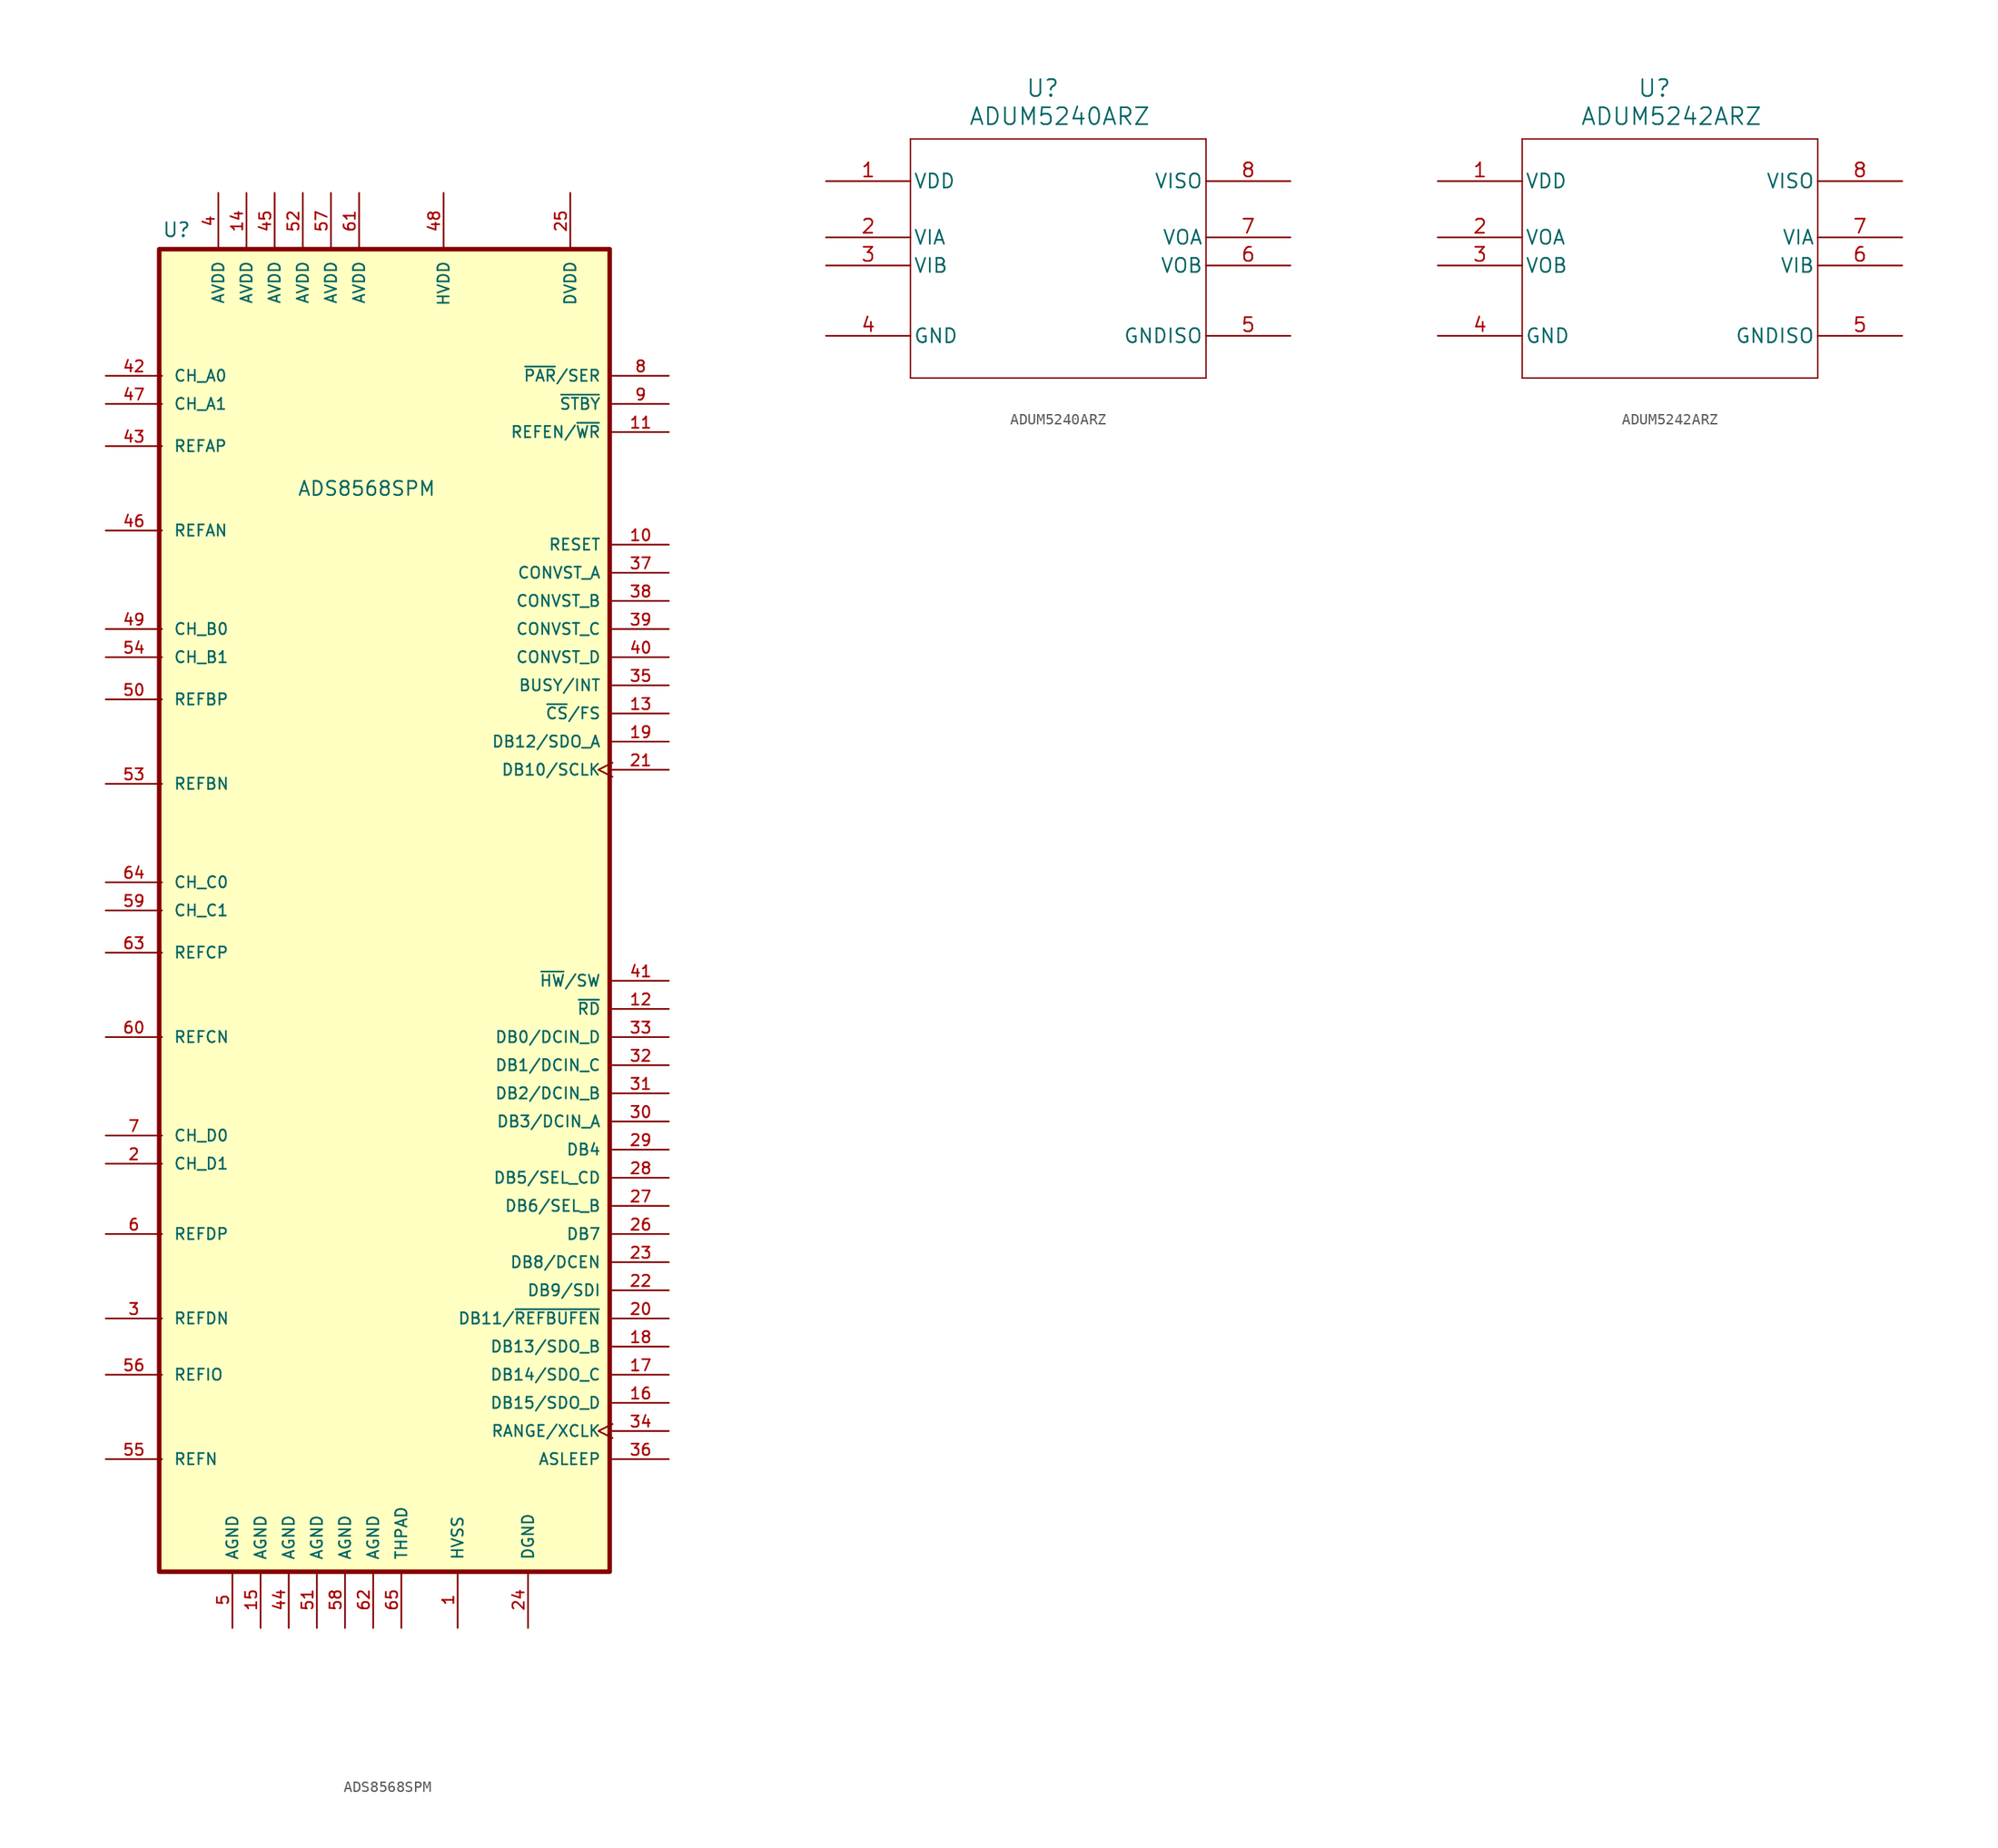
<source format=kicad_sym>
(kicad_symbol_lib
  (version 20241209)
  (generator "kicad_symbol_editor")
  (generator_version "9.0")
  (symbol "ADS8568SPM"
    (pin_names
      (offset 1.016))
    (property "Reference" "U"
      (at -20.32 67.04 0)
      (effects (font (size 1.27 1.27)) (justify left bottom)))
    (property "Value" "ADS8568SPM"
      (at -8.128 43.688 0)
      (effects (font (size 1.27 1.27)) (justify left bottom)))
    (symbol "ADS8568SPM_0_0"
      (rectangle (start -20.574 66.04) (end 20.066 -53.34) (stroke (width 0.41) (type default)) (fill (type background)))
      (pin input line (at -25.4 54.61 0) (length 5.08) (name "CH_A0" (effects (font (size 1.016 1.016)))) (number "42" (effects (font (size 1.016 1.016)))))
      (pin input line (at -25.4 52.07 0) (length 5.08) (name "CH_A1" (effects (font (size 1.016 1.016)))) (number "47" (effects (font (size 1.016 1.016)))))
      (pin input line (at -25.4 48.26 0) (length 5.08) (name "REFAP" (effects (font (size 1.016 1.016)))) (number "43" (effects (font (size 1.016 1.016)))))
      (pin input line (at -25.4 40.64 0) (length 5.08) (name "REFAN" (effects (font (size 1.016 1.016)))) (number "46" (effects (font (size 1.016 1.016)))))
      (pin input line (at -25.4 31.75 0) (length 5.08) (name "CH_B0" (effects (font (size 1.016 1.016)))) (number "49" (effects (font (size 1.016 1.016)))))
      (pin input line (at -25.4 29.21 0) (length 5.08) (name "CH_B1" (effects (font (size 1.016 1.016)))) (number "54" (effects (font (size 1.016 1.016)))))
      (pin input line (at -25.4 25.4 0) (length 5.08) (name "REFBP" (effects (font (size 1.016 1.016)))) (number "50" (effects (font (size 1.016 1.016)))))
      (pin input line (at -25.4 17.78 0) (length 5.08) (name "REFBN" (effects (font (size 1.016 1.016)))) (number "53" (effects (font (size 1.016 1.016)))))
      (pin input line (at -25.4 8.89 0) (length 5.08) (name "CH_C0" (effects (font (size 1.016 1.016)))) (number "64" (effects (font (size 1.016 1.016)))))
      (pin input line (at -25.4 6.35 0) (length 5.08) (name "CH_C1" (effects (font (size 1.016 1.016)))) (number "59" (effects (font (size 1.016 1.016)))))
      (pin input line (at -25.4 2.54 0) (length 5.08) (name "REFCP" (effects (font (size 1.016 1.016)))) (number "63" (effects (font (size 1.016 1.016)))))
      (pin input line (at -25.4 -5.08 0) (length 5.08) (name "REFCN" (effects (font (size 1.016 1.016)))) (number "60" (effects (font (size 1.016 1.016)))))
      (pin input line (at -25.4 -13.97 0) (length 5.08) (name "CH_D0" (effects (font (size 1.016 1.016)))) (number "7" (effects (font (size 1.016 1.016)))))
      (pin input line (at -25.4 -16.51 0) (length 5.08) (name "CH_D1" (effects (font (size 1.016 1.016)))) (number "2" (effects (font (size 1.016 1.016)))))
      (pin input line (at -25.4 -22.86 0) (length 5.08) (name "REFDP" (effects (font (size 1.016 1.016)))) (number "6" (effects (font (size 1.016 1.016)))))
      (pin input line (at -25.4 -30.48 0) (length 5.08) (name "REFDN" (effects (font (size 1.016 1.016)))) (number "3" (effects (font (size 1.016 1.016)))))
      (pin input line (at -25.4 -35.56 0) (length 5.08) (name "REFIO" (effects (font (size 1.016 1.016)))) (number "56" (effects (font (size 1.016 1.016)))))
      (pin input line (at -25.4 -43.18 0) (length 5.08) (name "REFN" (effects (font (size 1.016 1.016)))) (number "55" (effects (font (size 1.016 1.016)))))
      (pin power_in line (at -15.24 71.12 270) (length 5.08) (name "AVDD" (effects (font (size 1.016 1.016)))) (number "4" (effects (font (size 1.016 1.016)))))
      (pin power_in line (at -13.97 -58.42 90) (length 5.08) (name "AGND" (effects (font (size 1.016 1.016)))) (number "5" (effects (font (size 1.016 1.016)))))
      (pin power_in line (at 5.08 71.12 270) (length 5.08) (name "HVDD" (effects (font (size 1.016 1.016)))) (number "48" (effects (font (size 1.016 1.016)))))
      (pin power_in line (at 6.35 -58.42 90) (length 5.08) (name "HVSS" (effects (font (size 1.016 1.016)))) (number "1" (effects (font (size 1.016 1.016)))))
      (pin power_in line (at 12.7 -58.42 90) (length 5.08) (name "DGND" (effects (font (size 1.016 1.016)))) (number "24" (effects (font (size 1.016 1.016)))))
      (pin power_in line (at 16.51 71.12 270) (length 5.08) (name "DVDD" (effects (font (size 1.016 1.016)))) (number "25" (effects (font (size 1.016 1.016)))))
      (pin input line (at 25.4 54.61 180) (length 5.08) (name "~{PAR}/SER" (effects (font (size 1.016 1.016)))) (number "8" (effects (font (size 1.016 1.016)))))
      (pin input line (at 25.4 52.07 180) (length 5.08) (name "~{STBY}" (effects (font (size 1.016 1.016)))) (number "9" (effects (font (size 1.016 1.016)))))
      (pin input line (at 25.4 49.53 180) (length 5.08) (name "REFEN/~{WR}" (effects (font (size 1.016 1.016)))) (number "11" (effects (font (size 1.016 1.016)))))
      (pin input line (at 25.4 39.37 180) (length 5.08) (name "RESET" (effects (font (size 1.016 1.016)))) (number "10" (effects (font (size 1.016 1.016)))))
      (pin input line (at 25.4 34.29 180) (length 5.08) (name "CONVST_B" (effects (font (size 1.016 1.016)))) (number "38" (effects (font (size 1.016 1.016)))))
      (pin input line (at 25.4 31.75 180) (length 5.08) (name "CONVST_C" (effects (font (size 1.016 1.016)))) (number "39" (effects (font (size 1.016 1.016)))))
      (pin input line (at 25.4 29.21 180) (length 5.08) (name "CONVST_D" (effects (font (size 1.016 1.016)))) (number "40" (effects (font (size 1.016 1.016)))))
      (pin output line (at 25.4 26.67 180) (length 5.08) (name "BUSY/INT" (effects (font (size 1.016 1.016)))) (number "35" (effects (font (size 1.016 1.016)))))
      (pin input line (at 25.4 24.13 180) (length 5.08) (name "~{CS}/FS" (effects (font (size 1.016 1.016)))) (number "13" (effects (font (size 1.016 1.016)))))
      (pin bidirectional line (at 25.4 21.59 180) (length 5.08) (name "DB12/SDO_A" (effects (font (size 1.016 1.016)))) (number "19" (effects (font (size 1.016 1.016)))))
      (pin bidirectional clock (at 25.4 19.05 180) (length 5.08) (name "DB10/SCLK" (effects (font (size 1.016 1.016)))) (number "21" (effects (font (size 1.016 1.016)))))
      (pin input line (at 25.4 0 180) (length 5.08) (name "~{HW}/SW" (effects (font (size 1.016 1.016)))) (number "41" (effects (font (size 1.016 1.016)))))
      (pin input line (at 25.4 -2.54 180) (length 5.08) (name "~{RD}" (effects (font (size 1.016 1.016)))) (number "12" (effects (font (size 1.016 1.016)))))
      (pin input line (at 25.4 -5.08 180) (length 5.08) (name "DB0/DCIN_D" (effects (font (size 1.016 1.016)))) (number "33" (effects (font (size 1.016 1.016)))))
      (pin input line (at 25.4 -7.62 180) (length 5.08) (name "DB1/DCIN_C" (effects (font (size 1.016 1.016)))) (number "32" (effects (font (size 1.016 1.016)))))
      (pin input line (at 25.4 -10.16 180) (length 5.08) (name "DB2/DCIN_B" (effects (font (size 1.016 1.016)))) (number "31" (effects (font (size 1.016 1.016)))))
      (pin input line (at 25.4 -12.7 180) (length 5.08) (name "DB3/DCIN_A" (effects (font (size 1.016 1.016)))) (number "30" (effects (font (size 1.016 1.016)))))
      (pin bidirectional line (at 25.4 -15.24 180) (length 5.08) (name "DB4" (effects (font (size 1.016 1.016)))) (number "29" (effects (font (size 1.016 1.016)))))
      (pin bidirectional line (at 25.4 -17.78 180) (length 5.08) (name "DB5/SEL_CD" (effects (font (size 1.016 1.016)))) (number "28" (effects (font (size 1.016 1.016)))))
      (pin bidirectional line (at 25.4 -20.32 180) (length 5.08) (name "DB6/SEL_B" (effects (font (size 1.016 1.016)))) (number "27" (effects (font (size 1.016 1.016)))))
      (pin bidirectional line (at 25.4 -22.86 180) (length 5.08) (name "DB7" (effects (font (size 1.016 1.016)))) (number "26" (effects (font (size 1.016 1.016)))))
      (pin bidirectional line (at 25.4 -25.4 180) (length 5.08) (name "DB8/DCEN" (effects (font (size 1.016 1.016)))) (number "23" (effects (font (size 1.016 1.016)))))
      (pin bidirectional line (at 25.4 -27.94 180) (length 5.08) (name "DB9/SDI" (effects (font (size 1.016 1.016)))) (number "22" (effects (font (size 1.016 1.016)))))
      (pin bidirectional line (at 25.4 -30.48 180) (length 5.08) (name "DB11/~{REFBUFEN}" (effects (font (size 1.016 1.016)))) (number "20" (effects (font (size 1.016 1.016)))))
      (pin bidirectional line (at 25.4 -33.02 180) (length 5.08) (name "DB13/SDO_B" (effects (font (size 1.016 1.016)))) (number "18" (effects (font (size 1.016 1.016)))))
      (pin bidirectional line (at 25.4 -35.56 180) (length 5.08) (name "DB14/SDO_C" (effects (font (size 1.016 1.016)))) (number "17" (effects (font (size 1.016 1.016)))))
      (pin bidirectional line (at 25.4 -38.1 180) (length 5.08) (name "DB15/SDO_D" (effects (font (size 1.016 1.016)))) (number "16" (effects (font (size 1.016 1.016)))))
      (pin bidirectional clock (at 25.4 -40.64 180) (length 5.08) (name "RANGE/XCLK" (effects (font (size 1.016 1.016)))) (number "34" (effects (font (size 1.016 1.016)))))
      (pin input line (at 25.4 -43.18 180) (length 5.08) (name "ASLEEP" (effects (font (size 1.016 1.016)))) (number "36" (effects (font (size 1.016 1.016))))))
    (symbol "ADS8568SPM_1_0"
      (pin power_in line (at -12.7 71.12 270) (length 5.08) (name "AVDD" (effects (font (size 1.016 1.016)))) (number "14" (effects (font (size 1.016 1.016)))))
      (pin power_in line (at -11.43 -58.42 90) (length 5.08) (name "AGND" (effects (font (size 1.016 1.016)))) (number "15" (effects (font (size 1.016 1.016)))))
      (pin power_in line (at -10.16 71.12 270) (length 5.08) (name "AVDD" (effects (font (size 1.016 1.016)))) (number "45" (effects (font (size 1.016 1.016)))))
      (pin power_in line (at -8.89 -58.42 90) (length 5.08) (name "AGND" (effects (font (size 1.016 1.016)))) (number "44" (effects (font (size 1.016 1.016)))))
      (pin power_in line (at -7.62 71.12 270) (length 5.08) (name "AVDD" (effects (font (size 1.016 1.016)))) (number "52" (effects (font (size 1.016 1.016)))))
      (pin power_in line (at -6.35 -58.42 90) (length 5.08) (name "AGND" (effects (font (size 1.016 1.016)))) (number "51" (effects (font (size 1.016 1.016)))))
      (pin power_in line (at -5.08 71.12 270) (length 5.08) (name "AVDD" (effects (font (size 1.016 1.016)))) (number "57" (effects (font (size 1.016 1.016)))))
      (pin power_in line (at -3.81 -58.42 90) (length 5.08) (name "AGND" (effects (font (size 1.016 1.016)))) (number "58" (effects (font (size 1.016 1.016)))))
      (pin power_in line (at -2.54 71.12 270) (length 5.08) (name "AVDD" (effects (font (size 1.016 1.016)))) (number "61" (effects (font (size 1.016 1.016)))))
      (pin power_in line (at -1.27 -58.42 90) (length 5.08) (name "AGND" (effects (font (size 1.016 1.016)))) (number "62" (effects (font (size 1.016 1.016)))))
      (pin power_in line (at 1.27 -58.42 90) (length 5.08) (name "THPAD" (effects (font (size 1.016 1.016)))) (number "65" (effects (font (size 1.016 1.016)))))
      (pin input line (at 25.4 36.83 180) (length 5.08) (name "CONVST_A" (effects (font (size 1.016 1.016)))) (number "37" (effects (font (size 1.016 1.016)))))))
  (symbol "ADUM5240ARZ"
    (pin_names
      (offset 0.254))
    (property "Reference" "U"
      (at 19.558 9.652 0)
      (effects (font (size 1.524 1.524))))
    (property "Value" "ADUM5240ARZ"
      (at 21.082 7.112 0)
      (effects (font (size 1.524 1.524))))
    (symbol "ADUM5240ARZ_0_1"
      (polyline (pts (xy 7.62 5.08) (xy 7.62 -16.51)) (stroke (width 0.127) (type default)) (fill (type none)))
      (polyline (pts (xy 7.62 -16.51) (xy 34.29 -16.51)) (stroke (width 0.127) (type default)) (fill (type none)))
      (polyline (pts (xy 34.29 5.08) (xy 7.62 5.08)) (stroke (width 0.127) (type default)) (fill (type none)))
      (polyline (pts (xy 34.29 -16.51) (xy 34.29 5.08)) (stroke (width 0.127) (type default)) (fill (type none)))
      (pin unspecified line (at 0 1.27 0) (length 7.62) (name "VDD" (effects (font (size 1.27 1.27)))) (number "1" (effects (font (size 1.27 1.27)))))
      (pin unspecified line (at 41.91 1.27 180) (length 7.62) (name "VISO" (effects (font (size 1.27 1.27)))) (number "8" (effects (font (size 1.27 1.27)))))
      (pin unspecified line (at 41.91 -12.7 180) (length 7.62) (name "GNDISO" (effects (font (size 1.27 1.27)))) (number "5" (effects (font (size 1.27 1.27))))))
    (symbol "ADUM5240ARZ_1_1"
      (pin unspecified line (at 0 -3.81 0) (length 7.62) (name "VIA" (effects (font (size 1.27 1.27)))) (number "2" (effects (font (size 1.27 1.27)))))
      (pin unspecified line (at 0 -6.35 0) (length 7.62) (name "VIB" (effects (font (size 1.27 1.27)))) (number "3" (effects (font (size 1.27 1.27)))))
      (pin unspecified line (at 0 -12.7 0) (length 7.62) (name "GND" (effects (font (size 1.27 1.27)))) (number "4" (effects (font (size 1.27 1.27)))))
      (pin unspecified line (at 41.91 -3.81 180) (length 7.62) (name "VOA" (effects (font (size 1.27 1.27)))) (number "7" (effects (font (size 1.27 1.27)))))
      (pin unspecified line (at 41.91 -6.35 180) (length 7.62) (name "VOB" (effects (font (size 1.27 1.27)))) (number "6" (effects (font (size 1.27 1.27)))))))
  (symbol "ADUM5242ARZ"
    (pin_names
      (offset 0.254))
    (property "Reference" "U"
      (at 19.558 9.652 0)
      (effects (font (size 1.524 1.524))))
    (property "Value" "ADUM5242ARZ"
      (at 21.082 7.112 0)
      (effects (font (size 1.524 1.524))))
    (symbol "ADUM5242ARZ_0_1"
      (polyline (pts (xy 7.62 5.08) (xy 7.62 -16.51)) (stroke (width 0.127) (type default)) (fill (type none)))
      (polyline (pts (xy 7.62 -16.51) (xy 34.29 -16.51)) (stroke (width 0.127) (type default)) (fill (type none)))
      (polyline (pts (xy 34.29 5.08) (xy 7.62 5.08)) (stroke (width 0.127) (type default)) (fill (type none)))
      (polyline (pts (xy 34.29 -16.51) (xy 34.29 5.08)) (stroke (width 0.127) (type default)) (fill (type none)))
      (pin unspecified line (at 0 1.27 0) (length 7.62) (name "VDD" (effects (font (size 1.27 1.27)))) (number "1" (effects (font (size 1.27 1.27)))))
      (pin unspecified line (at 41.91 1.27 180) (length 7.62) (name "VISO" (effects (font (size 1.27 1.27)))) (number "8" (effects (font (size 1.27 1.27)))))
      (pin unspecified line (at 41.91 -12.7 180) (length 7.62) (name "GNDISO" (effects (font (size 1.27 1.27)))) (number "5" (effects (font (size 1.27 1.27))))))
    (symbol "ADUM5242ARZ_1_1"
      (pin unspecified line (at 0 -3.81 0) (length 7.62) (name "VOA" (effects (font (size 1.27 1.27)))) (number "2" (effects (font (size 1.27 1.27)))))
      (pin unspecified line (at 0 -6.35 0) (length 7.62) (name "VOB" (effects (font (size 1.27 1.27)))) (number "3" (effects (font (size 1.27 1.27)))))
      (pin unspecified line (at 0 -12.7 0) (length 7.62) (name "GND" (effects (font (size 1.27 1.27)))) (number "4" (effects (font (size 1.27 1.27)))))
      (pin unspecified line (at 41.91 -3.81 180) (length 7.62) (name "VIA" (effects (font (size 1.27 1.27)))) (number "7" (effects (font (size 1.27 1.27)))))
      (pin unspecified line (at 41.91 -6.35 180) (length 7.62) (name "VIB" (effects (font (size 1.27 1.27)))) (number "6" (effects (font (size 1.27 1.27))))))))
</source>
